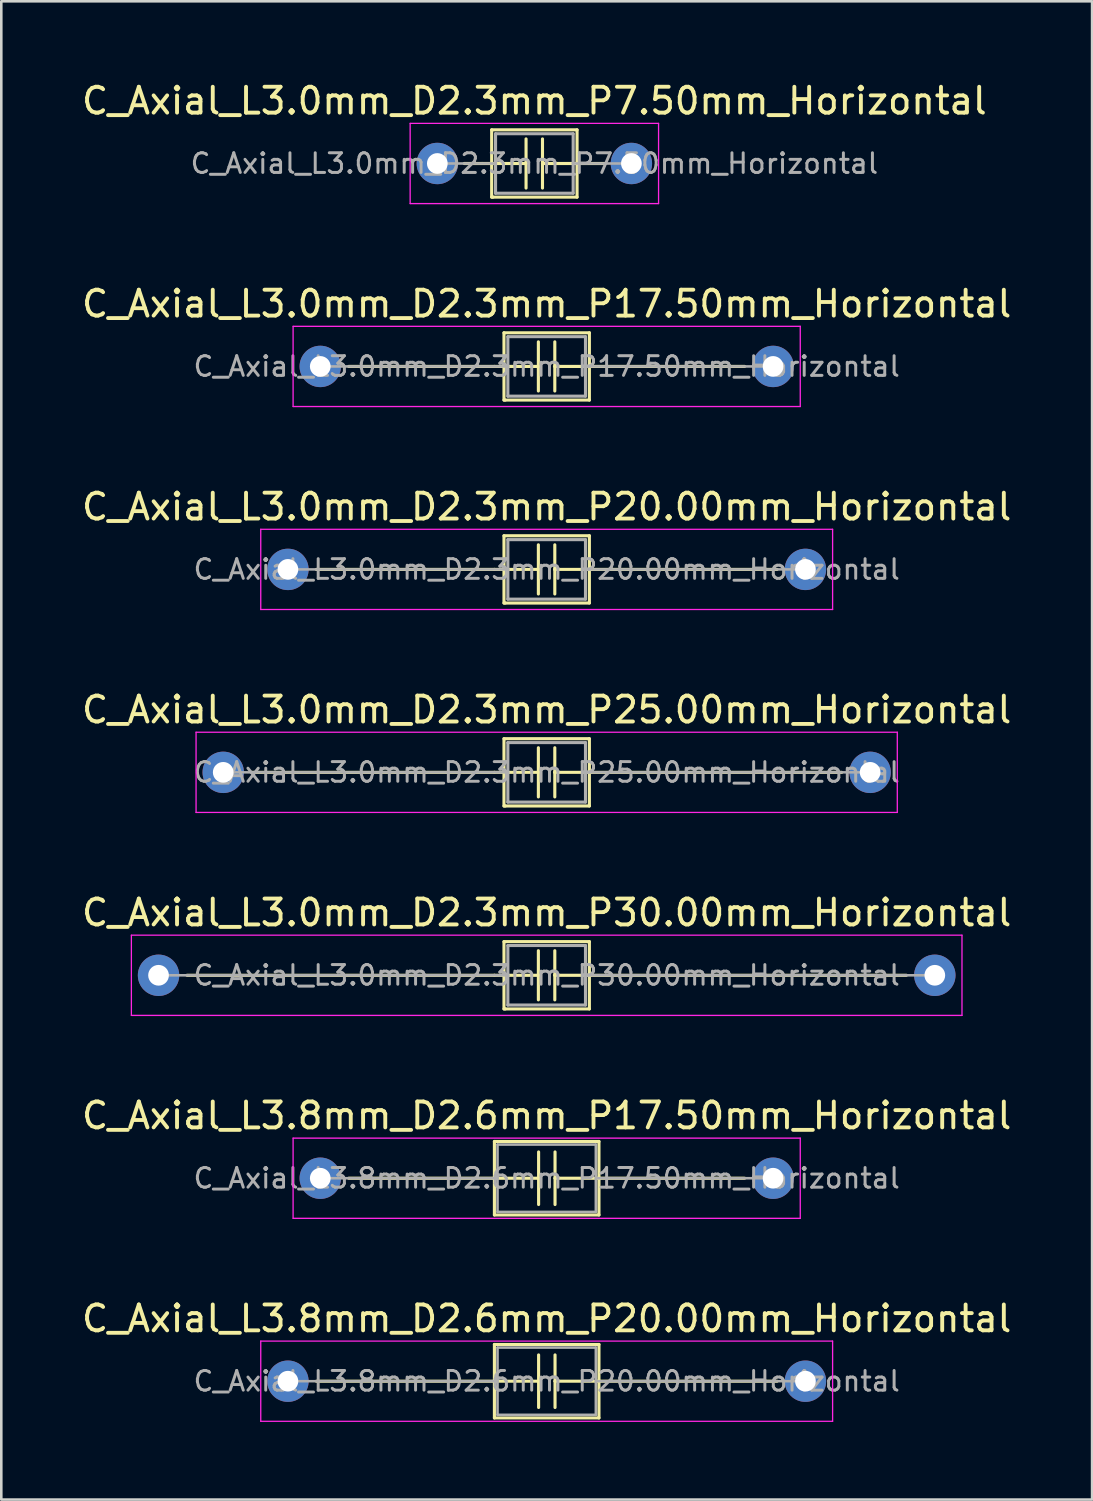
<source format=kicad_pcb>
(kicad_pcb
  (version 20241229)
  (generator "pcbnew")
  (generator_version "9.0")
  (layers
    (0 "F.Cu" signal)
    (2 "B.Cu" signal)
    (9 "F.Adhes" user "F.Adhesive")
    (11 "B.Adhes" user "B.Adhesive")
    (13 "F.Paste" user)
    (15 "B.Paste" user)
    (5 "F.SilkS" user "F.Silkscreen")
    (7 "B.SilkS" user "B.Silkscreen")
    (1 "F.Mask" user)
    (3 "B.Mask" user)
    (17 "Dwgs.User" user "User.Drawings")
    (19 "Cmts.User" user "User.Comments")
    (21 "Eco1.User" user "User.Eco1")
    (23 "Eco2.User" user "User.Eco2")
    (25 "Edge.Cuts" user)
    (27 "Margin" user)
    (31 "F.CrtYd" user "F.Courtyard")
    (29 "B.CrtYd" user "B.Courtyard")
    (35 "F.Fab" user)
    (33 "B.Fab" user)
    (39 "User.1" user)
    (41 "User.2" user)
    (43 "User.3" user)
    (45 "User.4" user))
  (footprint "C_Axial_L3.8mm_D2.6mm_P17.50mm_Horizontal"
    (layer "F.Cu")
    (at 9.327 42.484)
    (property "Reference" "C_Axial_L3.8mm_D2.6mm_P17.50mm_Horizontal" (at 8.75 -2.42 0) (layer "F.SilkS") (effects (font (size 1 1) (thickness 0.15))))
    (fp_line (start 1.1 0) (end 6.73 0) (stroke (width 0.12) (type solid)) (layer "F.SilkS"))
    (fp_line (start 6.73 -1.42) (end 6.73 1.42) (stroke (width 0.12) (type solid)) (layer "F.SilkS"))
    (fp_line (start 6.73 1.42) (end 10.77 1.42) (stroke (width 0.12) (type solid)) (layer "F.SilkS"))
    (fp_line (start 6.731 0) (end 8.438 0) (stroke (width 0.12) (type solid)) (layer "F.SilkS"))
    (fp_line (start 8.438 0) (end 8.438 -1.016) (stroke (width 0.12) (type solid)) (layer "F.SilkS"))
    (fp_line (start 8.438 0) (end 8.438 1.016) (stroke (width 0.12) (type solid)) (layer "F.SilkS"))
    (fp_line (start 9.073 0) (end 9.073 -1.016) (stroke (width 0.12) (type solid)) (layer "F.SilkS"))
    (fp_line (start 9.073 0) (end 9.073 1.016) (stroke (width 0.12) (type solid)) (layer "F.SilkS"))
    (fp_line (start 10.77 -1.42) (end 6.73 -1.42) (stroke (width 0.12) (type solid)) (layer "F.SilkS"))
    (fp_line (start 10.77 0) (end 9.073 0) (stroke (width 0.12) (type solid)) (layer "F.SilkS"))
    (fp_line (start 10.77 1.42) (end 10.77 -1.42) (stroke (width 0.12) (type solid)) (layer "F.SilkS"))
    (fp_line (start 16.4 0) (end 10.77 0) (stroke (width 0.12) (type solid)) (layer "F.SilkS"))
    (fp_line (start -1.05 -1.55) (end -1.05 1.55) (stroke (width 0.05) (type solid)) (layer "F.CrtYd"))
    (fp_line (start -1.05 1.55) (end 18.55 1.55) (stroke (width 0.05) (type solid)) (layer "F.CrtYd"))
    (fp_line (start 18.55 -1.55) (end -1.05 -1.55) (stroke (width 0.05) (type solid)) (layer "F.CrtYd"))
    (fp_line (start 18.55 1.55) (end 18.55 -1.55) (stroke (width 0.05) (type solid)) (layer "F.CrtYd"))
    (fp_line (start 0 0) (end 6.85 0) (stroke (width 0.1) (type solid)) (layer "F.Fab"))
    (fp_line (start 6.85 -1.3) (end 6.85 1.3) (stroke (width 0.1) (type solid)) (layer "F.Fab"))
    (fp_line (start 6.85 1.3) (end 10.65 1.3) (stroke (width 0.1) (type solid)) (layer "F.Fab"))
    (fp_line (start 10.65 -1.3) (end 6.85 -1.3) (stroke (width 0.1) (type solid)) (layer "F.Fab"))
    (fp_line (start 10.65 1.3) (end 10.65 -1.3) (stroke (width 0.1) (type solid)) (layer "F.Fab"))
    (fp_line (start 17.5 0) (end 10.65 0) (stroke (width 0.1) (type solid)) (layer "F.Fab"))
    (fp_text user "${REFERENCE}" (at 8.75 0 0) (layer "F.Fab") (effects (font (size 0.76 0.76) (thickness 0.114))))
    (pad "1" thru_hole circle (at 0 0) (size 1.6 1.6) (drill 0.8) (layers "*.Cu" "*.Mask"))
    (pad "2" thru_hole oval (at 17.5 0) (size 1.6 1.6) (drill 0.8) (layers "*.Cu" "*.Mask")))
  (footprint "C_Axial_L3.0mm_D2.3mm_P7.50mm_Horizontal"
    (layer "F.Cu")
    (at 13.851 3.268)
    (property "Reference" "C_Axial_L3.0mm_D2.3mm_P7.50mm_Horizontal" (at 3.75 -2.42 0) (layer "F.SilkS") (effects (font (size 1 1) (thickness 0.15))))
    (attr through_hole)
    (fp_line (start 1.04 0) (end 1.73 0) (stroke (width 0.12) (type solid)) (layer "F.SilkS"))
    (fp_line (start 1.73 0) (end 3.429 0) (stroke (width 0.12) (type solid)) (layer "F.SilkS"))
    (fp_line (start 2.1 -1.3) (end 5.4 -1.3) (stroke (width 0.12) (type solid)) (layer "F.SilkS"))
    (fp_line (start 2.1 1.3) (end 2.1 -1.3) (stroke (width 0.12) (type solid)) (layer "F.SilkS"))
    (fp_line (start 2.15 1.3) (end 2.1 1.3) (stroke (width 0.12) (type solid)) (layer "F.SilkS"))
    (fp_line (start 3.429 0) (end 3.429 -0.95) (stroke (width 0.12) (type solid)) (layer "F.SilkS"))
    (fp_line (start 3.429 0) (end 3.429 0.95) (stroke (width 0.12) (type solid)) (layer "F.SilkS"))
    (fp_line (start 4.064 0) (end 4.064 -0.95) (stroke (width 0.12) (type solid)) (layer "F.SilkS"))
    (fp_line (start 4.064 0) (end 4.064 0.95) (stroke (width 0.12) (type solid)) (layer "F.SilkS"))
    (fp_line (start 5.4 -1.3) (end 5.4 0) (stroke (width 0.12) (type solid)) (layer "F.SilkS"))
    (fp_line (start 5.4 0) (end 5.4 1.3) (stroke (width 0.12) (type solid)) (layer "F.SilkS"))
    (fp_line (start 5.4 1.3) (end 2.15 1.3) (stroke (width 0.12) (type solid)) (layer "F.SilkS"))
    (fp_line (start 5.461 0) (end 4.064 0) (stroke (width 0.12) (type solid)) (layer "F.SilkS"))
    (fp_line (start 6.46 0) (end 5.461 0) (stroke (width 0.12) (type solid)) (layer "F.SilkS"))
    (fp_line (start -1.05 -1.55) (end -1.05 1.55) (stroke (width 0.05) (type solid)) (layer "F.CrtYd"))
    (fp_line (start -1.05 1.55) (end 8.55 1.55) (stroke (width 0.05) (type solid)) (layer "F.CrtYd"))
    (fp_line (start 8.55 -1.55) (end -1.05 -1.55) (stroke (width 0.05) (type solid)) (layer "F.CrtYd"))
    (fp_line (start 8.55 1.55) (end 8.55 -1.55) (stroke (width 0.05) (type solid)) (layer "F.CrtYd"))
    (fp_line (start 0 0) (end 2.25 0) (stroke (width 0.1) (type solid)) (layer "F.Fab"))
    (fp_line (start 2.25 -1.15) (end 5.25 -1.15) (stroke (width 0.12) (type solid)) (layer "F.Fab"))
    (fp_line (start 2.25 0) (end 2.25 -1.15) (stroke (width 0.12) (type solid)) (layer "F.Fab"))
    (fp_line (start 2.25 1.15) (end 2.25 0) (stroke (width 0.12) (type solid)) (layer "F.Fab"))
    (fp_line (start 5.25 -1.15) (end 5.25 0) (stroke (width 0.12) (type solid)) (layer "F.Fab"))
    (fp_line (start 5.25 0) (end 5.25 1.15) (stroke (width 0.12) (type solid)) (layer "F.Fab"))
    (fp_line (start 5.25 1.15) (end 2.25 1.15) (stroke (width 0.12) (type solid)) (layer "F.Fab"))
    (fp_line (start 7.5 0) (end 5.25 0) (stroke (width 0.1) (type solid)) (layer "F.Fab"))
    (fp_text user "${REFERENCE}" (at 3.75 0 0) (layer "F.Fab") (effects (font (size 0.76 0.76) (thickness 0.114))))
    (pad "1" thru_hole circle (at 0 0) (size 1.6 1.6) (drill 0.8) (layers "*.Cu" "*.Mask"))
    (pad "2" thru_hole oval (at 7.5 0) (size 1.6 1.6) (drill 0.8) (layers "*.Cu" "*.Mask")))
  (footprint "C_Axial_L3.8mm_D2.6mm_P20.00mm_Horizontal"
    (layer "F.Cu")
    (at 8.077 50.328)
    (property "Reference" "C_Axial_L3.8mm_D2.6mm_P20.00mm_Horizontal" (at 10 -2.42 0) (layer "F.SilkS") (effects (font (size 1 1) (thickness 0.15))))
    (fp_line (start 1.1 0) (end 7.98 0) (stroke (width 0.12) (type solid)) (layer "F.SilkS"))
    (fp_line (start 7.98 -1.42) (end 7.98 1.42) (stroke (width 0.12) (type solid)) (layer "F.SilkS"))
    (fp_line (start 7.98 0) (end 9.688 0) (stroke (width 0.12) (type solid)) (layer "F.SilkS"))
    (fp_line (start 7.98 1.42) (end 12.02 1.42) (stroke (width 0.12) (type solid)) (layer "F.SilkS"))
    (fp_line (start 9.688 0) (end 9.688 -1.016) (stroke (width 0.12) (type solid)) (layer "F.SilkS"))
    (fp_line (start 9.688 0) (end 9.688 1.016) (stroke (width 0.12) (type solid)) (layer "F.SilkS"))
    (fp_line (start 10.323 0) (end 10.323 -1.016) (stroke (width 0.12) (type solid)) (layer "F.SilkS"))
    (fp_line (start 10.323 0) (end 10.323 1.016) (stroke (width 0.12) (type solid)) (layer "F.SilkS"))
    (fp_line (start 12.02 -1.42) (end 7.98 -1.42) (stroke (width 0.12) (type solid)) (layer "F.SilkS"))
    (fp_line (start 12.02 0) (end 10.323 0) (stroke (width 0.12) (type solid)) (layer "F.SilkS"))
    (fp_line (start 12.02 1.42) (end 12.02 -1.42) (stroke (width 0.12) (type solid)) (layer "F.SilkS"))
    (fp_line (start 18.9 0) (end 12.02 0) (stroke (width 0.12) (type solid)) (layer "F.SilkS"))
    (fp_line (start -1.05 -1.55) (end -1.05 1.55) (stroke (width 0.05) (type solid)) (layer "F.CrtYd"))
    (fp_line (start -1.05 1.55) (end 21.05 1.55) (stroke (width 0.05) (type solid)) (layer "F.CrtYd"))
    (fp_line (start 21.05 -1.55) (end -1.05 -1.55) (stroke (width 0.05) (type solid)) (layer "F.CrtYd"))
    (fp_line (start 21.05 1.55) (end 21.05 -1.55) (stroke (width 0.05) (type solid)) (layer "F.CrtYd"))
    (fp_line (start 0 0) (end 8.1 0) (stroke (width 0.1) (type solid)) (layer "F.Fab"))
    (fp_line (start 8.1 -1.3) (end 8.1 1.3) (stroke (width 0.1) (type solid)) (layer "F.Fab"))
    (fp_line (start 8.1 1.3) (end 11.9 1.3) (stroke (width 0.1) (type solid)) (layer "F.Fab"))
    (fp_line (start 11.9 -1.3) (end 8.1 -1.3) (stroke (width 0.1) (type solid)) (layer "F.Fab"))
    (fp_line (start 11.9 1.3) (end 11.9 -1.3) (stroke (width 0.1) (type solid)) (layer "F.Fab"))
    (fp_line (start 20 0) (end 11.9 0) (stroke (width 0.1) (type solid)) (layer "F.Fab"))
    (fp_text user "${REFERENCE}" (at 10 0 0) (layer "F.Fab") (effects (font (size 0.76 0.76) (thickness 0.114))))
    (pad "1" thru_hole circle (at 0 0) (size 1.6 1.6) (drill 0.8) (layers "*.Cu" "*.Mask"))
    (pad "2" thru_hole oval (at 20 0) (size 1.6 1.6) (drill 0.8) (layers "*.Cu" "*.Mask")))
  (footprint "C_Axial_L3.0mm_D2.3mm_P20.00mm_Horizontal"
    (layer "F.Cu")
    (at 8.077 18.955)
    (property "Reference" "C_Axial_L3.0mm_D2.3mm_P20.00mm_Horizontal" (at 10 -2.42 0) (layer "F.SilkS") (effects (font (size 1 1) (thickness 0.15))))
    (fp_line (start 1.1 0) (end 7.98 0) (stroke (width 0.12) (type solid)) (layer "F.SilkS"))
    (fp_line (start 7.98 0) (end 9.679 0) (stroke (width 0.12) (type solid)) (layer "F.SilkS"))
    (fp_line (start 8.35 -1.3) (end 11.65 -1.3) (stroke (width 0.12) (type solid)) (layer "F.SilkS"))
    (fp_line (start 8.35 1.3) (end 8.35 -1.3) (stroke (width 0.12) (type solid)) (layer "F.SilkS"))
    (fp_line (start 8.4 1.3) (end 8.35 1.3) (stroke (width 0.12) (type solid)) (layer "F.SilkS"))
    (fp_line (start 9.679 0) (end 9.679 -0.95) (stroke (width 0.12) (type solid)) (layer "F.SilkS"))
    (fp_line (start 9.679 0) (end 9.679 0.95) (stroke (width 0.12) (type solid)) (layer "F.SilkS"))
    (fp_line (start 10.314 0) (end 10.314 -0.95) (stroke (width 0.12) (type solid)) (layer "F.SilkS"))
    (fp_line (start 10.314 0) (end 10.314 0.95) (stroke (width 0.12) (type solid)) (layer "F.SilkS"))
    (fp_line (start 11.65 -1.3) (end 11.65 0) (stroke (width 0.12) (type solid)) (layer "F.SilkS"))
    (fp_line (start 11.65 0) (end 11.65 1.3) (stroke (width 0.12) (type solid)) (layer "F.SilkS"))
    (fp_line (start 11.65 1.3) (end 8.4 1.3) (stroke (width 0.12) (type solid)) (layer "F.SilkS"))
    (fp_line (start 11.711 0) (end 10.314 0) (stroke (width 0.12) (type solid)) (layer "F.SilkS"))
    (fp_line (start 18.9 0) (end 11.711 0) (stroke (width 0.12) (type solid)) (layer "F.SilkS"))
    (fp_line (start -1.05 -1.55) (end -1.05 1.55) (stroke (width 0.05) (type solid)) (layer "F.CrtYd"))
    (fp_line (start -1.05 1.55) (end 21.05 1.55) (stroke (width 0.05) (type solid)) (layer "F.CrtYd"))
    (fp_line (start 21.05 -1.55) (end -1.05 -1.55) (stroke (width 0.05) (type solid)) (layer "F.CrtYd"))
    (fp_line (start 21.05 1.55) (end 21.05 -1.55) (stroke (width 0.05) (type solid)) (layer "F.CrtYd"))
    (fp_line (start 0 0) (end 8.5 0) (stroke (width 0.1) (type solid)) (layer "F.Fab"))
    (fp_line (start 8.5 -1.15) (end 11.5 -1.15) (stroke (width 0.12) (type solid)) (layer "F.Fab"))
    (fp_line (start 8.5 0) (end 8.5 -1.15) (stroke (width 0.12) (type solid)) (layer "F.Fab"))
    (fp_line (start 8.5 1.15) (end 8.5 0) (stroke (width 0.12) (type solid)) (layer "F.Fab"))
    (fp_line (start 11.5 -1.15) (end 11.5 0) (stroke (width 0.12) (type solid)) (layer "F.Fab"))
    (fp_line (start 11.5 0) (end 11.5 1.15) (stroke (width 0.12) (type solid)) (layer "F.Fab"))
    (fp_line (start 11.5 1.15) (end 8.5 1.15) (stroke (width 0.12) (type solid)) (layer "F.Fab"))
    (fp_line (start 20 0) (end 11.5 0) (stroke (width 0.1) (type solid)) (layer "F.Fab"))
    (fp_text user "${REFERENCE}" (at 10 0 0) (layer "F.Fab") (effects (font (size 0.76 0.76) (thickness 0.114))))
    (pad "1" thru_hole circle (at 0 0) (size 1.6 1.6) (drill 0.8) (layers "*.Cu" "*.Mask"))
    (pad "2" thru_hole oval (at 20 0) (size 1.6 1.6) (drill 0.8) (layers "*.Cu" "*.Mask")))
  (footprint "C_Axial_L3.0mm_D2.3mm_P17.50mm_Horizontal"
    (layer "F.Cu")
    (at 9.327 11.111)
    (property "Reference" "C_Axial_L3.0mm_D2.3mm_P17.50mm_Horizontal" (at 8.75 -2.42 0) (layer "F.SilkS") (effects (font (size 1 1) (thickness 0.15))))
    (fp_line (start 1.1 0) (end 6.73 0) (stroke (width 0.12) (type solid)) (layer "F.SilkS"))
    (fp_line (start 6.73 0) (end 8.429 0) (stroke (width 0.12) (type solid)) (layer "F.SilkS"))
    (fp_line (start 7.1 -1.3) (end 10.4 -1.3) (stroke (width 0.12) (type solid)) (layer "F.SilkS"))
    (fp_line (start 7.1 1.3) (end 7.1 -1.3) (stroke (width 0.12) (type solid)) (layer "F.SilkS"))
    (fp_line (start 7.15 1.3) (end 7.1 1.3) (stroke (width 0.12) (type solid)) (layer "F.SilkS"))
    (fp_line (start 8.429 0) (end 8.429 -0.95) (stroke (width 0.12) (type solid)) (layer "F.SilkS"))
    (fp_line (start 8.429 0) (end 8.429 0.95) (stroke (width 0.12) (type solid)) (layer "F.SilkS"))
    (fp_line (start 9.064 0) (end 9.064 -0.95) (stroke (width 0.12) (type solid)) (layer "F.SilkS"))
    (fp_line (start 9.064 0) (end 9.064 0.95) (stroke (width 0.12) (type solid)) (layer "F.SilkS"))
    (fp_line (start 10.4 -1.3) (end 10.4 0) (stroke (width 0.12) (type solid)) (layer "F.SilkS"))
    (fp_line (start 10.4 0) (end 10.4 1.3) (stroke (width 0.12) (type solid)) (layer "F.SilkS"))
    (fp_line (start 10.4 1.3) (end 7.15 1.3) (stroke (width 0.12) (type solid)) (layer "F.SilkS"))
    (fp_line (start 10.461 0) (end 9.064 0) (stroke (width 0.12) (type solid)) (layer "F.SilkS"))
    (fp_line (start 16.4 0) (end 10.461 0) (stroke (width 0.12) (type solid)) (layer "F.SilkS"))
    (fp_line (start -1.05 -1.55) (end -1.05 1.55) (stroke (width 0.05) (type solid)) (layer "F.CrtYd"))
    (fp_line (start -1.05 1.55) (end 18.55 1.55) (stroke (width 0.05) (type solid)) (layer "F.CrtYd"))
    (fp_line (start 18.55 -1.55) (end -1.05 -1.55) (stroke (width 0.05) (type solid)) (layer "F.CrtYd"))
    (fp_line (start 18.55 1.55) (end 18.55 -1.55) (stroke (width 0.05) (type solid)) (layer "F.CrtYd"))
    (fp_line (start 0 0) (end 7.25 0) (stroke (width 0.1) (type solid)) (layer "F.Fab"))
    (fp_line (start 7.25 -1.15) (end 10.25 -1.15) (stroke (width 0.12) (type solid)) (layer "F.Fab"))
    (fp_line (start 7.25 0) (end 7.25 -1.15) (stroke (width 0.12) (type solid)) (layer "F.Fab"))
    (fp_line (start 7.25 1.15) (end 7.25 0) (stroke (width 0.12) (type solid)) (layer "F.Fab"))
    (fp_line (start 10.25 -1.15) (end 10.25 0) (stroke (width 0.12) (type solid)) (layer "F.Fab"))
    (fp_line (start 10.25 0) (end 10.25 1.15) (stroke (width 0.12) (type solid)) (layer "F.Fab"))
    (fp_line (start 10.25 1.15) (end 7.25 1.15) (stroke (width 0.12) (type solid)) (layer "F.Fab"))
    (fp_line (start 17.5 0) (end 10.25 0) (stroke (width 0.1) (type solid)) (layer "F.Fab"))
    (fp_text user "${REFERENCE}" (at 8.75 0 0) (layer "F.Fab") (effects (font (size 0.76 0.76) (thickness 0.114))))
    (pad "1" thru_hole circle (at 0 0) (size 1.6 1.6) (drill 0.8) (layers "*.Cu" "*.Mask"))
    (pad "2" thru_hole oval (at 17.5 0) (size 1.6 1.6) (drill 0.8) (layers "*.Cu" "*.Mask")))
  (footprint "C_Axial_L3.0mm_D2.3mm_P30.00mm_Horizontal"
    (layer "F.Cu")
    (at 3.077 34.641)
    (property "Reference" "C_Axial_L3.0mm_D2.3mm_P30.00mm_Horizontal" (at 15 -2.42 0) (layer "F.SilkS") (effects (font (size 1 1) (thickness 0.15))))
    (fp_line (start 1.1 0) (end 12.98 0) (stroke (width 0.12) (type solid)) (layer "F.SilkS"))
    (fp_line (start 12.98 0) (end 14.679 0) (stroke (width 0.12) (type solid)) (layer "F.SilkS"))
    (fp_line (start 13.35 -1.3) (end 16.65 -1.3) (stroke (width 0.12) (type solid)) (layer "F.SilkS"))
    (fp_line (start 13.35 1.3) (end 13.35 -1.3) (stroke (width 0.12) (type solid)) (layer "F.SilkS"))
    (fp_line (start 13.4 1.3) (end 13.35 1.3) (stroke (width 0.12) (type solid)) (layer "F.SilkS"))
    (fp_line (start 14.679 0) (end 14.679 -0.95) (stroke (width 0.12) (type solid)) (layer "F.SilkS"))
    (fp_line (start 14.679 0) (end 14.679 0.95) (stroke (width 0.12) (type solid)) (layer "F.SilkS"))
    (fp_line (start 15.314 0) (end 15.314 -0.95) (stroke (width 0.12) (type solid)) (layer "F.SilkS"))
    (fp_line (start 15.314 0) (end 15.314 0.95) (stroke (width 0.12) (type solid)) (layer "F.SilkS"))
    (fp_line (start 16.65 -1.3) (end 16.65 0) (stroke (width 0.12) (type solid)) (layer "F.SilkS"))
    (fp_line (start 16.65 0) (end 16.65 1.3) (stroke (width 0.12) (type solid)) (layer "F.SilkS"))
    (fp_line (start 16.65 1.3) (end 13.4 1.3) (stroke (width 0.12) (type solid)) (layer "F.SilkS"))
    (fp_line (start 16.711 0) (end 15.314 0) (stroke (width 0.12) (type solid)) (layer "F.SilkS"))
    (fp_line (start 28.9 0) (end 16.711 0) (stroke (width 0.12) (type solid)) (layer "F.SilkS"))
    (fp_line (start -1.05 -1.55) (end -1.05 1.55) (stroke (width 0.05) (type solid)) (layer "F.CrtYd"))
    (fp_line (start -1.05 1.55) (end 31.05 1.55) (stroke (width 0.05) (type solid)) (layer "F.CrtYd"))
    (fp_line (start 31.05 -1.55) (end -1.05 -1.55) (stroke (width 0.05) (type solid)) (layer "F.CrtYd"))
    (fp_line (start 31.05 1.55) (end 31.05 -1.55) (stroke (width 0.05) (type solid)) (layer "F.CrtYd"))
    (fp_line (start 0 0) (end 13.5 0) (stroke (width 0.1) (type solid)) (layer "F.Fab"))
    (fp_line (start 13.5 -1.15) (end 16.5 -1.15) (stroke (width 0.12) (type solid)) (layer "F.Fab"))
    (fp_line (start 13.5 0) (end 13.5 -1.15) (stroke (width 0.12) (type solid)) (layer "F.Fab"))
    (fp_line (start 13.5 1.15) (end 13.5 0) (stroke (width 0.12) (type solid)) (layer "F.Fab"))
    (fp_line (start 16.5 -1.15) (end 16.5 0) (stroke (width 0.12) (type solid)) (layer "F.Fab"))
    (fp_line (start 16.5 0) (end 16.5 1.15) (stroke (width 0.12) (type solid)) (layer "F.Fab"))
    (fp_line (start 16.5 1.15) (end 13.5 1.15) (stroke (width 0.12) (type solid)) (layer "F.Fab"))
    (fp_line (start 30 0) (end 16.5 0) (stroke (width 0.1) (type solid)) (layer "F.Fab"))
    (fp_text user "${REFERENCE}" (at 15 0 0) (layer "F.Fab") (effects (font (size 0.76 0.76) (thickness 0.114))))
    (pad "1" thru_hole circle (at 0 0) (size 1.6 1.6) (drill 0.8) (layers "*.Cu" "*.Mask"))
    (pad "2" thru_hole oval (at 30 0) (size 1.6 1.6) (drill 0.8) (layers "*.Cu" "*.Mask")))
  (footprint "C_Axial_L3.0mm_D2.3mm_P25.00mm_Horizontal"
    (layer "F.Cu")
    (at 5.577 26.798)
    (property "Reference" "C_Axial_L3.0mm_D2.3mm_P25.00mm_Horizontal" (at 12.5 -2.42 0) (layer "F.SilkS") (effects (font (size 1 1) (thickness 0.15))))
    (fp_line (start 1.1 0) (end 10.48 0) (stroke (width 0.12) (type solid)) (layer "F.SilkS"))
    (fp_line (start 10.48 0) (end 12.179 0) (stroke (width 0.12) (type solid)) (layer "F.SilkS"))
    (fp_line (start 10.85 -1.3) (end 14.15 -1.3) (stroke (width 0.12) (type solid)) (layer "F.SilkS"))
    (fp_line (start 10.85 1.3) (end 10.85 -1.3) (stroke (width 0.12) (type solid)) (layer "F.SilkS"))
    (fp_line (start 10.9 1.3) (end 10.85 1.3) (stroke (width 0.12) (type solid)) (layer "F.SilkS"))
    (fp_line (start 12.179 0) (end 12.179 -0.95) (stroke (width 0.12) (type solid)) (layer "F.SilkS"))
    (fp_line (start 12.179 0) (end 12.179 0.95) (stroke (width 0.12) (type solid)) (layer "F.SilkS"))
    (fp_line (start 12.814 0) (end 12.814 -0.95) (stroke (width 0.12) (type solid)) (layer "F.SilkS"))
    (fp_line (start 12.814 0) (end 12.814 0.95) (stroke (width 0.12) (type solid)) (layer "F.SilkS"))
    (fp_line (start 14.15 -1.3) (end 14.15 0) (stroke (width 0.12) (type solid)) (layer "F.SilkS"))
    (fp_line (start 14.15 0) (end 14.15 1.3) (stroke (width 0.12) (type solid)) (layer "F.SilkS"))
    (fp_line (start 14.15 1.3) (end 10.9 1.3) (stroke (width 0.12) (type solid)) (layer "F.SilkS"))
    (fp_line (start 14.211 0) (end 12.814 0) (stroke (width 0.12) (type solid)) (layer "F.SilkS"))
    (fp_line (start 23.9 0) (end 14.211 0) (stroke (width 0.12) (type solid)) (layer "F.SilkS"))
    (fp_line (start -1.05 -1.55) (end -1.05 1.55) (stroke (width 0.05) (type solid)) (layer "F.CrtYd"))
    (fp_line (start -1.05 1.55) (end 26.05 1.55) (stroke (width 0.05) (type solid)) (layer "F.CrtYd"))
    (fp_line (start 26.05 -1.55) (end -1.05 -1.55) (stroke (width 0.05) (type solid)) (layer "F.CrtYd"))
    (fp_line (start 26.05 1.55) (end 26.05 -1.55) (stroke (width 0.05) (type solid)) (layer "F.CrtYd"))
    (fp_line (start 0 0) (end 11 0) (stroke (width 0.1) (type solid)) (layer "F.Fab"))
    (fp_line (start 11 -1.15) (end 14 -1.15) (stroke (width 0.12) (type solid)) (layer "F.Fab"))
    (fp_line (start 11 0) (end 11 -1.15) (stroke (width 0.12) (type solid)) (layer "F.Fab"))
    (fp_line (start 11 1.15) (end 11 0) (stroke (width 0.12) (type solid)) (layer "F.Fab"))
    (fp_line (start 14 -1.15) (end 14 0) (stroke (width 0.12) (type solid)) (layer "F.Fab"))
    (fp_line (start 14 0) (end 14 1.15) (stroke (width 0.12) (type solid)) (layer "F.Fab"))
    (fp_line (start 14 1.15) (end 11 1.15) (stroke (width 0.12) (type solid)) (layer "F.Fab"))
    (fp_line (start 25 0) (end 14 0) (stroke (width 0.1) (type solid)) (layer "F.Fab"))
    (fp_text user "${REFERENCE}" (at 12.5 0 0) (layer "F.Fab") (effects (font (size 0.76 0.76) (thickness 0.114))))
    (pad "1" thru_hole circle (at 0 0) (size 1.6 1.6) (drill 0.8) (layers "*.Cu" "*.Mask"))
    (pad "2" thru_hole oval (at 25 0) (size 1.6 1.6) (drill 0.8) (layers "*.Cu" "*.Mask")))
  (gr_rect
    (start -3 -3)
    (end 39.155 54.903)
    (stroke (width 0.1) (type default))
    (fill no)
    (layer "Edge.Cuts")))
</source>
